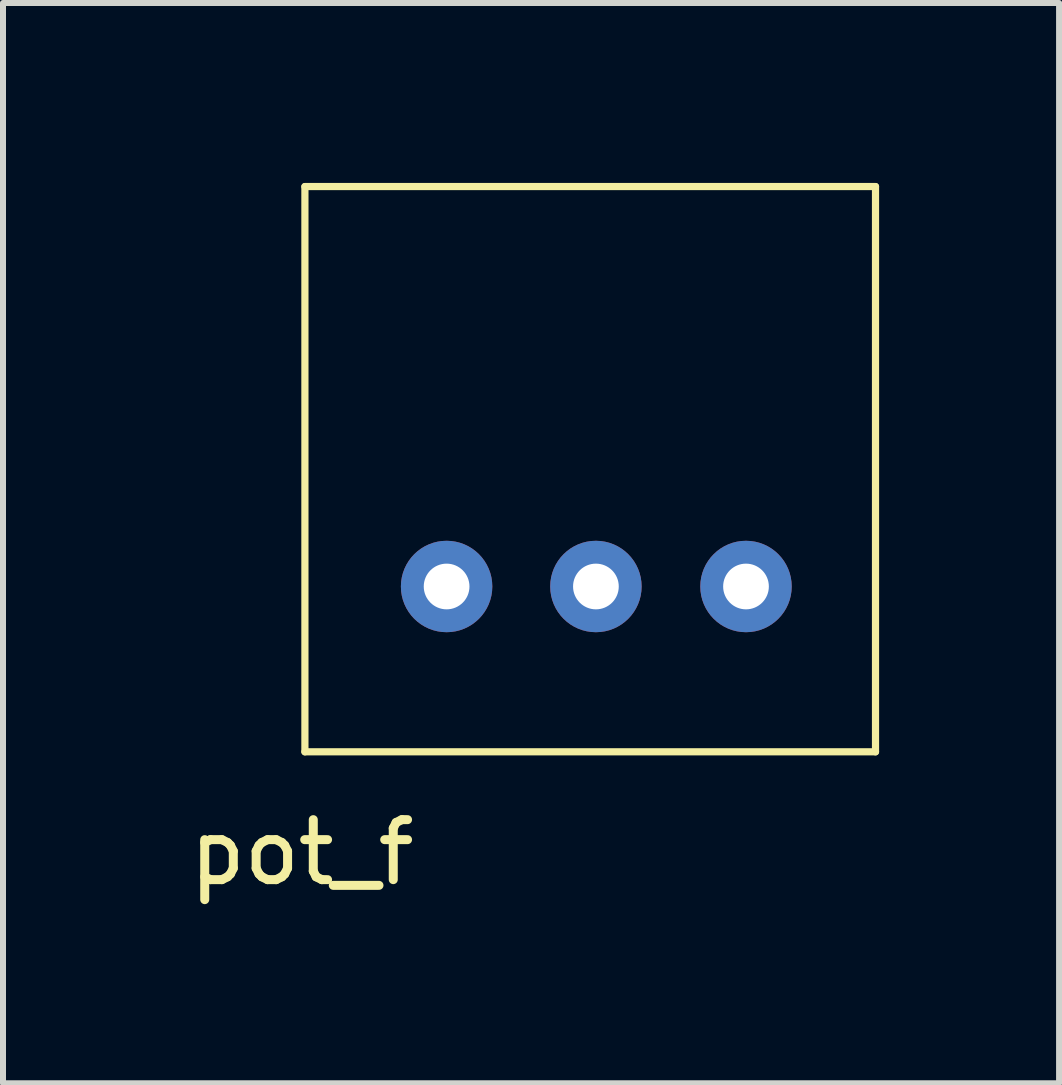
<source format=kicad_pcb>
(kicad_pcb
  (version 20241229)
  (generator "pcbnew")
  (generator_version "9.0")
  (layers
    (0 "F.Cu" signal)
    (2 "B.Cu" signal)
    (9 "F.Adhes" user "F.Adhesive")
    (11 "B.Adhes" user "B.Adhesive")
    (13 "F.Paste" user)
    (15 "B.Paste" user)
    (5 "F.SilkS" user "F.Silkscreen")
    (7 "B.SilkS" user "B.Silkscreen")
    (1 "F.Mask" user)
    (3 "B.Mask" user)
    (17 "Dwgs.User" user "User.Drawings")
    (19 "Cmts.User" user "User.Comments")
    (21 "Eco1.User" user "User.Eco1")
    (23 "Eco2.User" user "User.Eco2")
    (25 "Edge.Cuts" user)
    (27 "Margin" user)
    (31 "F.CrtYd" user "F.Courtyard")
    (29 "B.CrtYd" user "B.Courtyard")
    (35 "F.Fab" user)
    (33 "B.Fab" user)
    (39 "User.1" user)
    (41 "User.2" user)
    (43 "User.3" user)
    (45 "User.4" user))
  (footprint "pot_f"
    (layer "F.Cu")
    (at 2.033 9.483)
    (property "Reference" "pot_f" (at -0.051 1.676 0) (layer "F.SilkS") (effects (font (size 1 1) (thickness 0.15))))
    (attr through_hole)
    (fp_line (start 0 -9.423) (end 9.512 -9.423) (stroke (width 0.12) (type solid)) (layer "F.SilkS"))
    (fp_line (start 0 0) (end 0 -9.423) (stroke (width 0.12) (type solid)) (layer "F.SilkS"))
    (fp_line (start 9.512 -9.423) (end 9.512 0) (stroke (width 0.12) (type solid)) (layer "F.SilkS"))
    (fp_line (start 9.512 0) (end 0 0) (stroke (width 0.12) (type solid)) (layer "F.SilkS"))
    (pad "1" thru_hole circle (at 2.362 -2.756) (size 1.524 1.524) (drill 0.762) (layers "*.Cu" "*.Mask"))
    (pad "2" thru_hole circle (at 4.851 -2.756) (size 1.524 1.524) (drill 0.762) (layers "*.Cu" "*.Mask"))
    (pad "3" thru_hole circle (at 7.353 -2.756) (size 1.524 1.524) (drill 0.762) (layers "*.Cu" "*.Mask")))
  (gr_rect
    (start -3 -3)
    (end 14.605 15.008)
    (stroke (width 0.1) (type default))
    (fill no)
    (layer "Edge.Cuts")))
</source>
